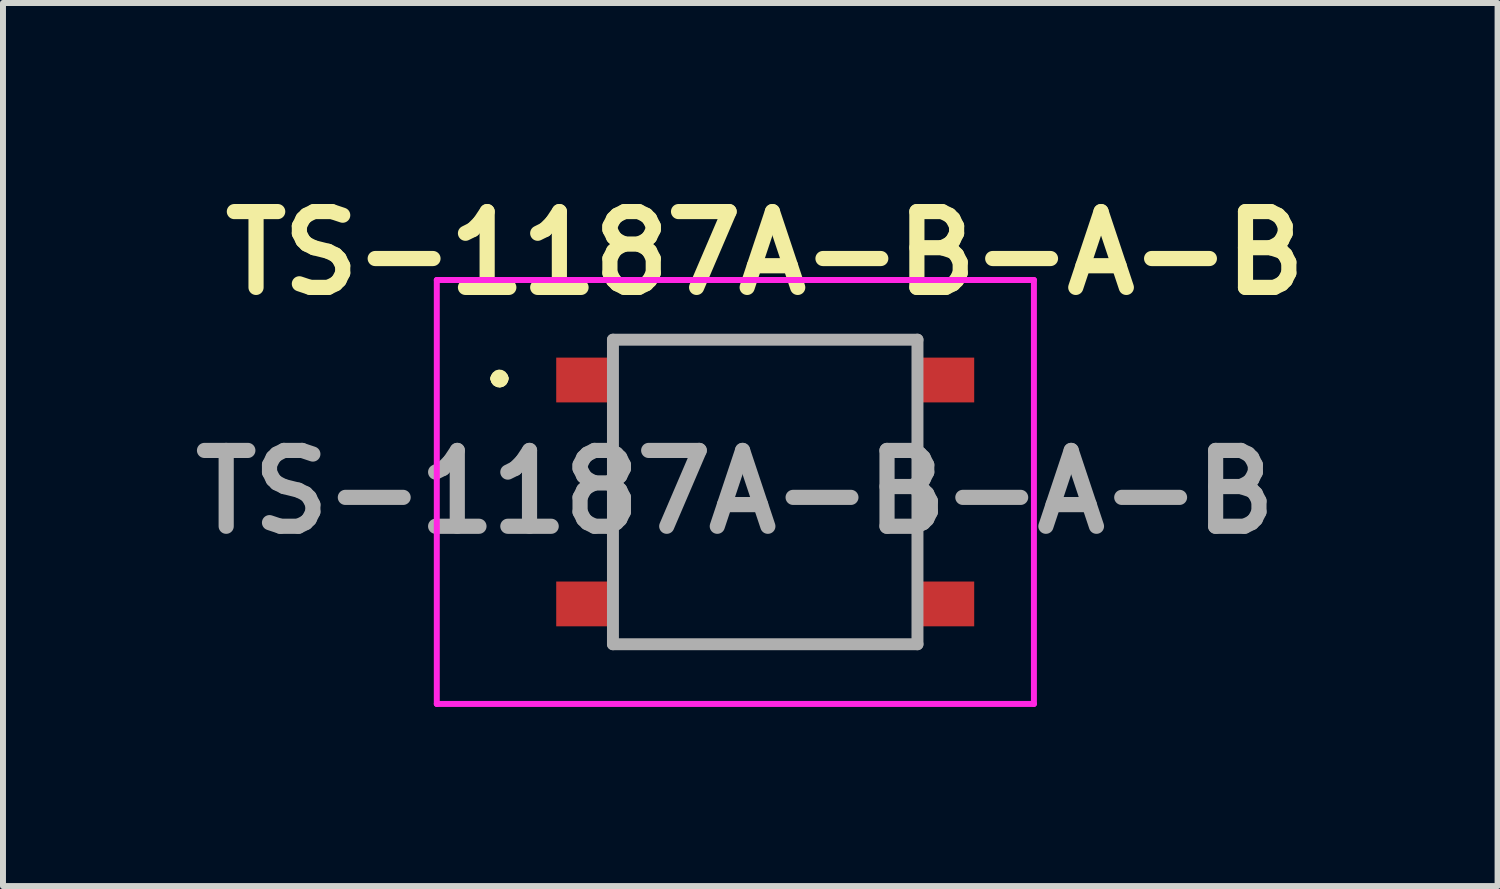
<source format=kicad_pcb>
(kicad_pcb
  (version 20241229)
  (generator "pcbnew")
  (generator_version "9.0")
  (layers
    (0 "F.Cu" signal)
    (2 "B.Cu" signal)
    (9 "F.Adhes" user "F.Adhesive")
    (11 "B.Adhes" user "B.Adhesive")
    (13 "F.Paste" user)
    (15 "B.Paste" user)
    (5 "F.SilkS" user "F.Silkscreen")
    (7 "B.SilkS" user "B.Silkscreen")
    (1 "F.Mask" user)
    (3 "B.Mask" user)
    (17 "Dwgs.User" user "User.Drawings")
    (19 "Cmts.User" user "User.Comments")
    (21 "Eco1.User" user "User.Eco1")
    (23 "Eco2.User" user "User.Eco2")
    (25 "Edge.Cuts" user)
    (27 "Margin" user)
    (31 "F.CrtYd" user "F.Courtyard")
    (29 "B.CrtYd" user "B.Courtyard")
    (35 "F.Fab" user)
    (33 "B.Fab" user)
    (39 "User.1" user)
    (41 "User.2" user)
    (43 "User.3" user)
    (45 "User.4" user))
  (footprint "TS-1187A-B-A-B"
    (layer "F.Cu")
    (at 9.765 5.189)
    (property "Reference" "TS-1187A-B-A-B" (at 0 -4 0) (layer "F.SilkS") (effects (font (size 1.27 1.27) (thickness 0.254))))
    (attr smd)
    (fp_line (start -4.5 -1.9) (end -4.5 -1.9) (stroke (width 0.2) (type solid)) (layer "F.SilkS"))
    (fp_line (start -4.5 -1.9) (end -4.5 -1.9) (stroke (width 0.2) (type solid)) (layer "F.SilkS"))
    (fp_line (start -4.4 -1.9) (end -4.4 -1.9) (stroke (width 0.2) (type solid)) (layer "F.SilkS"))
    (fp_line (start -2.55 -1) (end -2.55 1) (stroke (width 0.1) (type solid)) (layer "F.SilkS"))
    (fp_line (start -2 -2.55) (end 2 -2.55) (stroke (width 0.1) (type solid)) (layer "F.SilkS"))
    (fp_line (start -2 2.55) (end 2 2.55) (stroke (width 0.1) (type solid)) (layer "F.SilkS"))
    (fp_line (start 2.55 -1) (end 2.55 1) (stroke (width 0.1) (type solid)) (layer "F.SilkS"))
    (fp_arc (start -4.5 -1.9) (mid -4.45 -1.95) (end -4.4 -1.9) (stroke (width 0.2) (type solid)) (layer "F.SilkS"))
    (fp_arc (start -4.4 -1.9) (mid -4.45 -1.85) (end -4.5 -1.9) (stroke (width 0.2) (type solid)) (layer "F.SilkS"))
    (fp_arc (start -4.4 -1.9) (mid -4.45 -1.85) (end -4.5 -1.9) (stroke (width 0.2) (type solid)) (layer "F.SilkS"))
    (fp_line (start -5.5 -3.55) (end 4.5 -3.55) (stroke (width 0.1) (type solid)) (layer "F.CrtYd"))
    (fp_line (start -5.5 3.55) (end -5.5 -3.55) (stroke (width 0.1) (type solid)) (layer "F.CrtYd"))
    (fp_line (start 4.5 -3.55) (end 4.5 3.55) (stroke (width 0.1) (type solid)) (layer "F.CrtYd"))
    (fp_line (start 4.5 3.55) (end -5.5 3.55) (stroke (width 0.1) (type solid)) (layer "F.CrtYd"))
    (fp_line (start -2.55 -2.55) (end -2.55 2.55) (stroke (width 0.2) (type solid)) (layer "F.Fab"))
    (fp_line (start -2.55 2.55) (end 2.55 2.55) (stroke (width 0.2) (type solid)) (layer "F.Fab"))
    (fp_line (start 2.55 -2.55) (end -2.55 -2.55) (stroke (width 0.2) (type solid)) (layer "F.Fab"))
    (fp_line (start 2.55 2.55) (end 2.55 -2.55) (stroke (width 0.2) (type solid)) (layer "F.Fab"))
    (fp_text user "${REFERENCE}" (at -0.5 0 0) (layer "F.Fab") (effects (font (size 1.27 1.27) (thickness 0.254))))
    (pad "1" smd rect (at -3 -1.875 90) (size 0.75 1) (layers "F.Cu" "F.Mask" "F.Paste"))
    (pad "1" smd rect (at 3 -1.875 90) (size 0.75 1) (layers "F.Cu" "F.Mask" "F.Paste"))
    (pad "2" smd rect (at -3 1.875 90) (size 0.75 1) (layers "F.Cu" "F.Mask" "F.Paste"))
    (pad "2" smd rect (at 3 1.875 90) (size 0.75 1) (layers "F.Cu" "F.Mask" "F.Paste")))
  (gr_rect
    (start -3 -3)
    (end 22.03 11.789)
    (stroke (width 0.1) (type default))
    (fill no)
    (layer "Edge.Cuts")))
</source>
